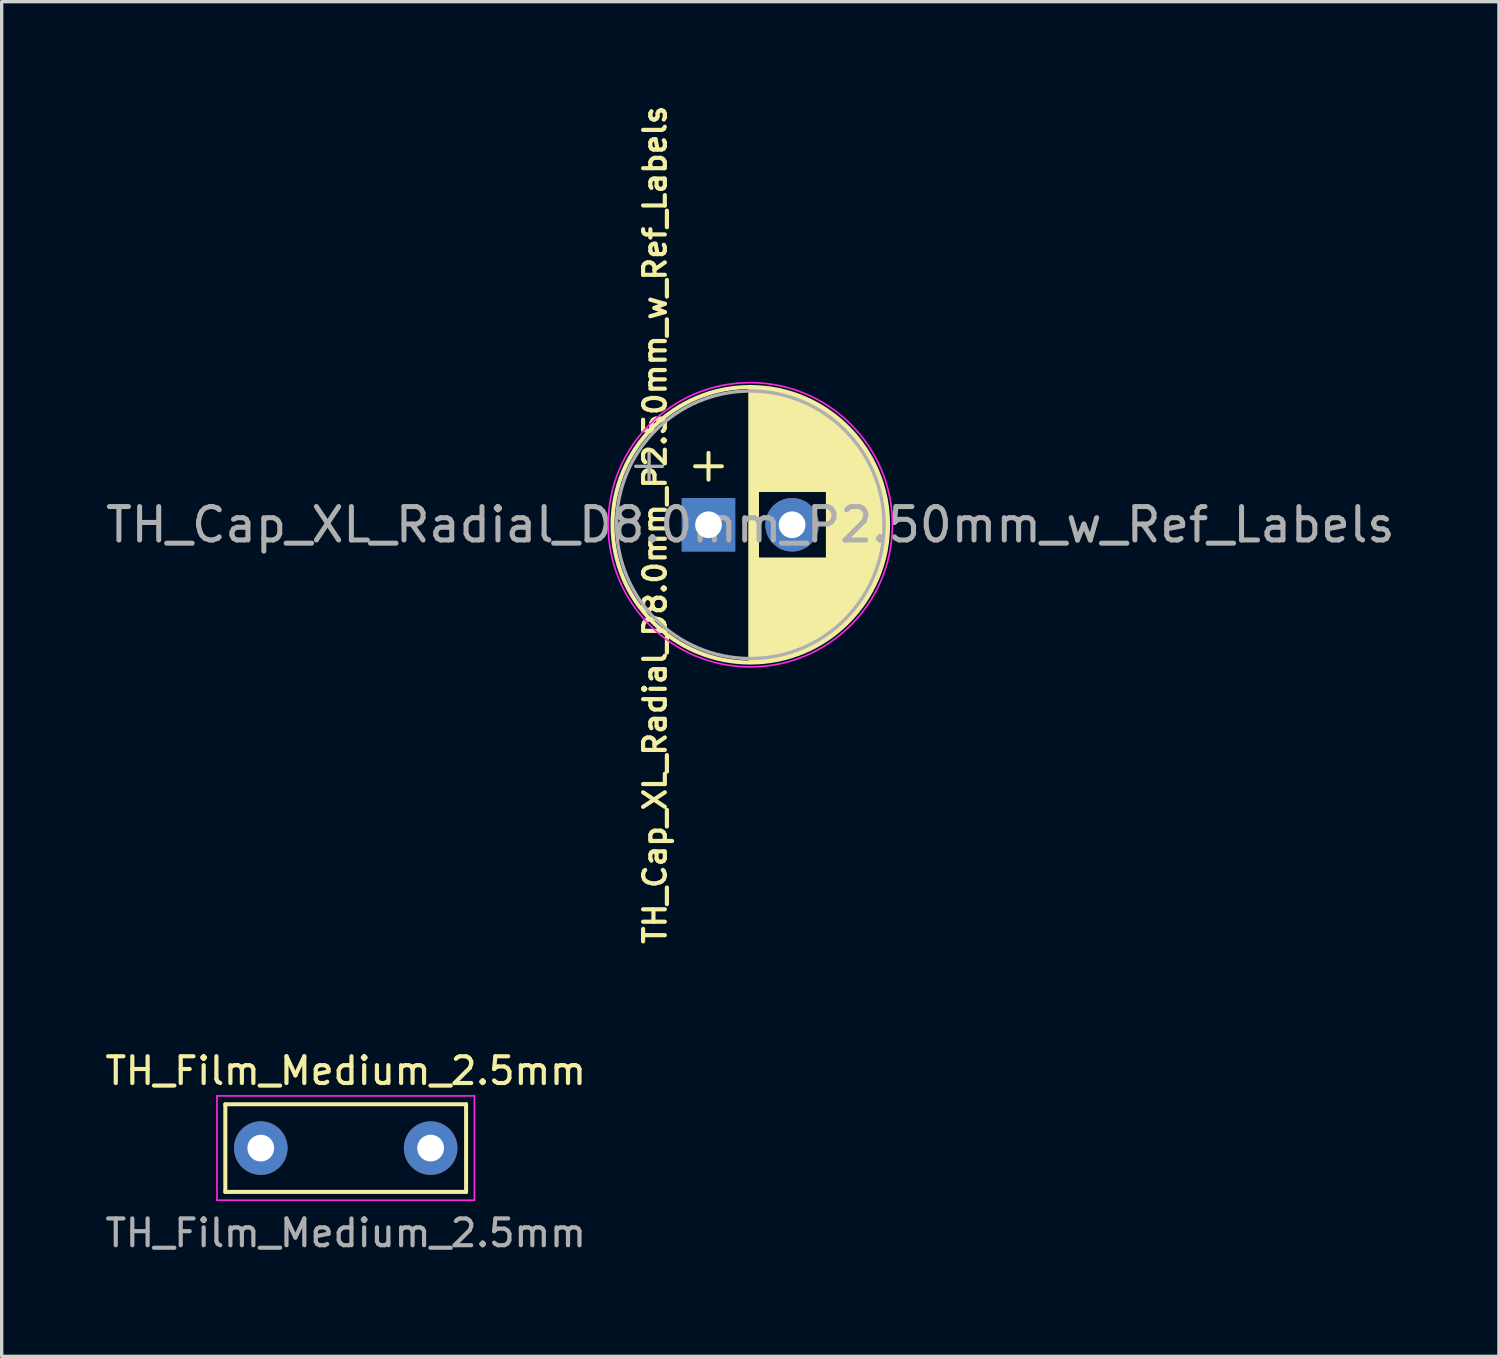
<source format=kicad_pcb>
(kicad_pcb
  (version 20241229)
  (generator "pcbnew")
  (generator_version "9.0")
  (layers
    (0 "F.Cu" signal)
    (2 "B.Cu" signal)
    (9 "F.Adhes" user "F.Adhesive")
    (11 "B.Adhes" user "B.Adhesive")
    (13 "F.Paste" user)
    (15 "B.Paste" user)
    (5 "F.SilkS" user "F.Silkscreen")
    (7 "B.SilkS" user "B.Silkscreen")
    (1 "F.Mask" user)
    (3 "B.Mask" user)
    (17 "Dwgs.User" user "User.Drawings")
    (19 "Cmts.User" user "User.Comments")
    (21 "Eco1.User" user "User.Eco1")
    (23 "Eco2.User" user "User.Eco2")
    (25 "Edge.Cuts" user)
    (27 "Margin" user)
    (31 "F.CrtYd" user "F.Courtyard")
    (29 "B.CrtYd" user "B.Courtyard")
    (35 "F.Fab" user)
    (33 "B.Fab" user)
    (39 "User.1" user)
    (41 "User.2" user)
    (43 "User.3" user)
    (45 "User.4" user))
  (footprint "TH_Cap_XL_Radial_D8.0mm_P2.50mm_w_Ref_Labels"
    (layer "F.Cu")
    (at 18.137 12.643)
    (property "Reference" "TH_Cap_XL_Radial_D8.0mm_P2.50mm_w_Ref_Labels" (at -1.6 0 90) (layer "F.SilkS") (effects (font (size 0.65 0.65) (thickness 0.125))))
    (attr through_hole)
    (fp_line (start -0.4 -1.75) (end 0.4 -1.75) (stroke (width 0.12) (type solid)) (layer "F.SilkS"))
    (fp_line (start 0 -2.15) (end 0 -1.35) (stroke (width 0.12) (type solid)) (layer "F.SilkS"))
    (fp_line (start 1.25 -4.08) (end 1.25 4.08) (stroke (width 0.12) (type solid)) (layer "F.SilkS"))
    (fp_line (start 1.29 -4.08) (end 1.29 4.08) (stroke (width 0.12) (type solid)) (layer "F.SilkS"))
    (fp_line (start 1.33 -4.08) (end 1.33 4.08) (stroke (width 0.12) (type solid)) (layer "F.SilkS"))
    (fp_line (start 1.37 -4.079) (end 1.37 4.079) (stroke (width 0.12) (type solid)) (layer "F.SilkS"))
    (fp_line (start 1.41 -4.077) (end 1.41 4.077) (stroke (width 0.12) (type solid)) (layer "F.SilkS"))
    (fp_line (start 1.45 -4.076) (end 1.45 4.076) (stroke (width 0.12) (type solid)) (layer "F.SilkS"))
    (fp_line (start 1.49 -4.074) (end 1.49 -1.04) (stroke (width 0.12) (type solid)) (layer "F.SilkS"))
    (fp_line (start 1.49 1.04) (end 1.49 4.074) (stroke (width 0.12) (type solid)) (layer "F.SilkS"))
    (fp_line (start 1.53 -4.071) (end 1.53 -1.04) (stroke (width 0.12) (type solid)) (layer "F.SilkS"))
    (fp_line (start 1.53 1.04) (end 1.53 4.071) (stroke (width 0.12) (type solid)) (layer "F.SilkS"))
    (fp_line (start 1.57 -4.068) (end 1.57 -1.04) (stroke (width 0.12) (type solid)) (layer "F.SilkS"))
    (fp_line (start 1.57 1.04) (end 1.57 4.068) (stroke (width 0.12) (type solid)) (layer "F.SilkS"))
    (fp_line (start 1.61 -4.065) (end 1.61 -1.04) (stroke (width 0.12) (type solid)) (layer "F.SilkS"))
    (fp_line (start 1.61 1.04) (end 1.61 4.065) (stroke (width 0.12) (type solid)) (layer "F.SilkS"))
    (fp_line (start 1.65 -4.061) (end 1.65 -1.04) (stroke (width 0.12) (type solid)) (layer "F.SilkS"))
    (fp_line (start 1.65 1.04) (end 1.65 4.061) (stroke (width 0.12) (type solid)) (layer "F.SilkS"))
    (fp_line (start 1.69 -4.057) (end 1.69 -1.04) (stroke (width 0.12) (type solid)) (layer "F.SilkS"))
    (fp_line (start 1.69 1.04) (end 1.69 4.057) (stroke (width 0.12) (type solid)) (layer "F.SilkS"))
    (fp_line (start 1.73 -4.052) (end 1.73 -1.04) (stroke (width 0.12) (type solid)) (layer "F.SilkS"))
    (fp_line (start 1.73 1.04) (end 1.73 4.052) (stroke (width 0.12) (type solid)) (layer "F.SilkS"))
    (fp_line (start 1.77 -4.048) (end 1.77 -1.04) (stroke (width 0.12) (type solid)) (layer "F.SilkS"))
    (fp_line (start 1.77 1.04) (end 1.77 4.048) (stroke (width 0.12) (type solid)) (layer "F.SilkS"))
    (fp_line (start 1.81 -4.042) (end 1.81 -1.04) (stroke (width 0.12) (type solid)) (layer "F.SilkS"))
    (fp_line (start 1.81 1.04) (end 1.81 4.042) (stroke (width 0.12) (type solid)) (layer "F.SilkS"))
    (fp_line (start 1.85 -4.037) (end 1.85 -1.04) (stroke (width 0.12) (type solid)) (layer "F.SilkS"))
    (fp_line (start 1.85 1.04) (end 1.85 4.037) (stroke (width 0.12) (type solid)) (layer "F.SilkS"))
    (fp_line (start 1.89 -4.03) (end 1.89 -1.04) (stroke (width 0.12) (type solid)) (layer "F.SilkS"))
    (fp_line (start 1.89 1.04) (end 1.89 4.03) (stroke (width 0.12) (type solid)) (layer "F.SilkS"))
    (fp_line (start 1.93 -4.024) (end 1.93 -1.04) (stroke (width 0.12) (type solid)) (layer "F.SilkS"))
    (fp_line (start 1.93 1.04) (end 1.93 4.024) (stroke (width 0.12) (type solid)) (layer "F.SilkS"))
    (fp_line (start 1.971 -4.017) (end 1.971 -1.04) (stroke (width 0.12) (type solid)) (layer "F.SilkS"))
    (fp_line (start 1.971 1.04) (end 1.971 4.017) (stroke (width 0.12) (type solid)) (layer "F.SilkS"))
    (fp_line (start 2.011 -4.01) (end 2.011 -1.04) (stroke (width 0.12) (type solid)) (layer "F.SilkS"))
    (fp_line (start 2.011 1.04) (end 2.011 4.01) (stroke (width 0.12) (type solid)) (layer "F.SilkS"))
    (fp_line (start 2.051 -4.002) (end 2.051 -1.04) (stroke (width 0.12) (type solid)) (layer "F.SilkS"))
    (fp_line (start 2.051 1.04) (end 2.051 4.002) (stroke (width 0.12) (type solid)) (layer "F.SilkS"))
    (fp_line (start 2.091 -3.994) (end 2.091 -1.04) (stroke (width 0.12) (type solid)) (layer "F.SilkS"))
    (fp_line (start 2.091 1.04) (end 2.091 3.994) (stroke (width 0.12) (type solid)) (layer "F.SilkS"))
    (fp_line (start 2.131 -3.985) (end 2.131 -1.04) (stroke (width 0.12) (type solid)) (layer "F.SilkS"))
    (fp_line (start 2.131 1.04) (end 2.131 3.985) (stroke (width 0.12) (type solid)) (layer "F.SilkS"))
    (fp_line (start 2.171 -3.976) (end 2.171 -1.04) (stroke (width 0.12) (type solid)) (layer "F.SilkS"))
    (fp_line (start 2.171 1.04) (end 2.171 3.976) (stroke (width 0.12) (type solid)) (layer "F.SilkS"))
    (fp_line (start 2.211 -3.967) (end 2.211 -1.04) (stroke (width 0.12) (type solid)) (layer "F.SilkS"))
    (fp_line (start 2.211 1.04) (end 2.211 3.967) (stroke (width 0.12) (type solid)) (layer "F.SilkS"))
    (fp_line (start 2.251 -3.957) (end 2.251 -1.04) (stroke (width 0.12) (type solid)) (layer "F.SilkS"))
    (fp_line (start 2.251 1.04) (end 2.251 3.957) (stroke (width 0.12) (type solid)) (layer "F.SilkS"))
    (fp_line (start 2.291 -3.947) (end 2.291 -1.04) (stroke (width 0.12) (type solid)) (layer "F.SilkS"))
    (fp_line (start 2.291 1.04) (end 2.291 3.947) (stroke (width 0.12) (type solid)) (layer "F.SilkS"))
    (fp_line (start 2.331 -3.936) (end 2.331 -1.04) (stroke (width 0.12) (type solid)) (layer "F.SilkS"))
    (fp_line (start 2.331 1.04) (end 2.331 3.936) (stroke (width 0.12) (type solid)) (layer "F.SilkS"))
    (fp_line (start 2.371 -3.925) (end 2.371 -1.04) (stroke (width 0.12) (type solid)) (layer "F.SilkS"))
    (fp_line (start 2.371 1.04) (end 2.371 3.925) (stroke (width 0.12) (type solid)) (layer "F.SilkS"))
    (fp_line (start 2.411 -3.914) (end 2.411 -1.04) (stroke (width 0.12) (type solid)) (layer "F.SilkS"))
    (fp_line (start 2.411 1.04) (end 2.411 3.914) (stroke (width 0.12) (type solid)) (layer "F.SilkS"))
    (fp_line (start 2.451 -3.902) (end 2.451 -1.04) (stroke (width 0.12) (type solid)) (layer "F.SilkS"))
    (fp_line (start 2.451 1.04) (end 2.451 3.902) (stroke (width 0.12) (type solid)) (layer "F.SilkS"))
    (fp_line (start 2.491 -3.889) (end 2.491 -1.04) (stroke (width 0.12) (type solid)) (layer "F.SilkS"))
    (fp_line (start 2.491 1.04) (end 2.491 3.889) (stroke (width 0.12) (type solid)) (layer "F.SilkS"))
    (fp_line (start 2.531 -3.877) (end 2.531 -1.04) (stroke (width 0.12) (type solid)) (layer "F.SilkS"))
    (fp_line (start 2.531 1.04) (end 2.531 3.877) (stroke (width 0.12) (type solid)) (layer "F.SilkS"))
    (fp_line (start 2.571 -3.863) (end 2.571 -1.04) (stroke (width 0.12) (type solid)) (layer "F.SilkS"))
    (fp_line (start 2.571 1.04) (end 2.571 3.863) (stroke (width 0.12) (type solid)) (layer "F.SilkS"))
    (fp_line (start 2.611 -3.85) (end 2.611 -1.04) (stroke (width 0.12) (type solid)) (layer "F.SilkS"))
    (fp_line (start 2.611 1.04) (end 2.611 3.85) (stroke (width 0.12) (type solid)) (layer "F.SilkS"))
    (fp_line (start 2.651 -3.835) (end 2.651 -1.04) (stroke (width 0.12) (type solid)) (layer "F.SilkS"))
    (fp_line (start 2.651 1.04) (end 2.651 3.835) (stroke (width 0.12) (type solid)) (layer "F.SilkS"))
    (fp_line (start 2.691 -3.821) (end 2.691 -1.04) (stroke (width 0.12) (type solid)) (layer "F.SilkS"))
    (fp_line (start 2.691 1.04) (end 2.691 3.821) (stroke (width 0.12) (type solid)) (layer "F.SilkS"))
    (fp_line (start 2.731 -3.805) (end 2.731 -1.04) (stroke (width 0.12) (type solid)) (layer "F.SilkS"))
    (fp_line (start 2.731 1.04) (end 2.731 3.805) (stroke (width 0.12) (type solid)) (layer "F.SilkS"))
    (fp_line (start 2.771 -3.79) (end 2.771 -1.04) (stroke (width 0.12) (type solid)) (layer "F.SilkS"))
    (fp_line (start 2.771 1.04) (end 2.771 3.79) (stroke (width 0.12) (type solid)) (layer "F.SilkS"))
    (fp_line (start 2.811 -3.774) (end 2.811 -1.04) (stroke (width 0.12) (type solid)) (layer "F.SilkS"))
    (fp_line (start 2.811 1.04) (end 2.811 3.774) (stroke (width 0.12) (type solid)) (layer "F.SilkS"))
    (fp_line (start 2.851 -3.757) (end 2.851 -1.04) (stroke (width 0.12) (type solid)) (layer "F.SilkS"))
    (fp_line (start 2.851 1.04) (end 2.851 3.757) (stroke (width 0.12) (type solid)) (layer "F.SilkS"))
    (fp_line (start 2.891 -3.74) (end 2.891 -1.04) (stroke (width 0.12) (type solid)) (layer "F.SilkS"))
    (fp_line (start 2.891 1.04) (end 2.891 3.74) (stroke (width 0.12) (type solid)) (layer "F.SilkS"))
    (fp_line (start 2.931 -3.722) (end 2.931 -1.04) (stroke (width 0.12) (type solid)) (layer "F.SilkS"))
    (fp_line (start 2.931 1.04) (end 2.931 3.722) (stroke (width 0.12) (type solid)) (layer "F.SilkS"))
    (fp_line (start 2.971 -3.704) (end 2.971 -1.04) (stroke (width 0.12) (type solid)) (layer "F.SilkS"))
    (fp_line (start 2.971 1.04) (end 2.971 3.704) (stroke (width 0.12) (type solid)) (layer "F.SilkS"))
    (fp_line (start 3.011 -3.686) (end 3.011 -1.04) (stroke (width 0.12) (type solid)) (layer "F.SilkS"))
    (fp_line (start 3.011 1.04) (end 3.011 3.686) (stroke (width 0.12) (type solid)) (layer "F.SilkS"))
    (fp_line (start 3.051 -3.666) (end 3.051 -1.04) (stroke (width 0.12) (type solid)) (layer "F.SilkS"))
    (fp_line (start 3.051 1.04) (end 3.051 3.666) (stroke (width 0.12) (type solid)) (layer "F.SilkS"))
    (fp_line (start 3.091 -3.647) (end 3.091 -1.04) (stroke (width 0.12) (type solid)) (layer "F.SilkS"))
    (fp_line (start 3.091 1.04) (end 3.091 3.647) (stroke (width 0.12) (type solid)) (layer "F.SilkS"))
    (fp_line (start 3.131 -3.627) (end 3.131 -1.04) (stroke (width 0.12) (type solid)) (layer "F.SilkS"))
    (fp_line (start 3.131 1.04) (end 3.131 3.627) (stroke (width 0.12) (type solid)) (layer "F.SilkS"))
    (fp_line (start 3.171 -3.606) (end 3.171 -1.04) (stroke (width 0.12) (type solid)) (layer "F.SilkS"))
    (fp_line (start 3.171 1.04) (end 3.171 3.606) (stroke (width 0.12) (type solid)) (layer "F.SilkS"))
    (fp_line (start 3.211 -3.584) (end 3.211 -1.04) (stroke (width 0.12) (type solid)) (layer "F.SilkS"))
    (fp_line (start 3.211 1.04) (end 3.211 3.584) (stroke (width 0.12) (type solid)) (layer "F.SilkS"))
    (fp_line (start 3.251 -3.562) (end 3.251 -1.04) (stroke (width 0.12) (type solid)) (layer "F.SilkS"))
    (fp_line (start 3.251 1.04) (end 3.251 3.562) (stroke (width 0.12) (type solid)) (layer "F.SilkS"))
    (fp_line (start 3.291 -3.54) (end 3.291 -1.04) (stroke (width 0.12) (type solid)) (layer "F.SilkS"))
    (fp_line (start 3.291 1.04) (end 3.291 3.54) (stroke (width 0.12) (type solid)) (layer "F.SilkS"))
    (fp_line (start 3.331 -3.517) (end 3.331 -1.04) (stroke (width 0.12) (type solid)) (layer "F.SilkS"))
    (fp_line (start 3.331 1.04) (end 3.331 3.517) (stroke (width 0.12) (type solid)) (layer "F.SilkS"))
    (fp_line (start 3.371 -3.493) (end 3.371 -1.04) (stroke (width 0.12) (type solid)) (layer "F.SilkS"))
    (fp_line (start 3.371 1.04) (end 3.371 3.493) (stroke (width 0.12) (type solid)) (layer "F.SilkS"))
    (fp_line (start 3.411 -3.469) (end 3.411 -1.04) (stroke (width 0.12) (type solid)) (layer "F.SilkS"))
    (fp_line (start 3.411 1.04) (end 3.411 3.469) (stroke (width 0.12) (type solid)) (layer "F.SilkS"))
    (fp_line (start 3.451 -3.444) (end 3.451 -1.04) (stroke (width 0.12) (type solid)) (layer "F.SilkS"))
    (fp_line (start 3.451 1.04) (end 3.451 3.444) (stroke (width 0.12) (type solid)) (layer "F.SilkS"))
    (fp_line (start 3.491 -3.418) (end 3.491 -1.04) (stroke (width 0.12) (type solid)) (layer "F.SilkS"))
    (fp_line (start 3.491 1.04) (end 3.491 3.418) (stroke (width 0.12) (type solid)) (layer "F.SilkS"))
    (fp_line (start 3.531 -3.392) (end 3.531 -1.04) (stroke (width 0.12) (type solid)) (layer "F.SilkS"))
    (fp_line (start 3.531 1.04) (end 3.531 3.392) (stroke (width 0.12) (type solid)) (layer "F.SilkS"))
    (fp_line (start 3.571 -3.365) (end 3.571 3.365) (stroke (width 0.12) (type solid)) (layer "F.SilkS"))
    (fp_line (start 3.611 -3.338) (end 3.611 3.338) (stroke (width 0.12) (type solid)) (layer "F.SilkS"))
    (fp_line (start 3.651 -3.309) (end 3.651 3.309) (stroke (width 0.12) (type solid)) (layer "F.SilkS"))
    (fp_line (start 3.691 -3.28) (end 3.691 3.28) (stroke (width 0.12) (type solid)) (layer "F.SilkS"))
    (fp_line (start 3.731 -3.25) (end 3.731 3.25) (stroke (width 0.12) (type solid)) (layer "F.SilkS"))
    (fp_line (start 3.771 -3.22) (end 3.771 3.22) (stroke (width 0.12) (type solid)) (layer "F.SilkS"))
    (fp_line (start 3.811 -3.189) (end 3.811 3.189) (stroke (width 0.12) (type solid)) (layer "F.SilkS"))
    (fp_line (start 3.851 -3.156) (end 3.851 3.156) (stroke (width 0.12) (type solid)) (layer "F.SilkS"))
    (fp_line (start 3.891 -3.124) (end 3.891 3.124) (stroke (width 0.12) (type solid)) (layer "F.SilkS"))
    (fp_line (start 3.931 -3.09) (end 3.931 3.09) (stroke (width 0.12) (type solid)) (layer "F.SilkS"))
    (fp_line (start 3.971 -3.055) (end 3.971 3.055) (stroke (width 0.12) (type solid)) (layer "F.SilkS"))
    (fp_line (start 4.011 -3.019) (end 4.011 3.019) (stroke (width 0.12) (type solid)) (layer "F.SilkS"))
    (fp_line (start 4.051 -2.983) (end 4.051 2.983) (stroke (width 0.12) (type solid)) (layer "F.SilkS"))
    (fp_line (start 4.091 -2.945) (end 4.091 2.945) (stroke (width 0.12) (type solid)) (layer "F.SilkS"))
    (fp_line (start 4.131 -2.907) (end 4.131 2.907) (stroke (width 0.12) (type solid)) (layer "F.SilkS"))
    (fp_line (start 4.171 -2.867) (end 4.171 2.867) (stroke (width 0.12) (type solid)) (layer "F.SilkS"))
    (fp_line (start 4.211 -2.826) (end 4.211 2.826) (stroke (width 0.12) (type solid)) (layer "F.SilkS"))
    (fp_line (start 4.251 -2.784) (end 4.251 2.784) (stroke (width 0.12) (type solid)) (layer "F.SilkS"))
    (fp_line (start 4.291 -2.741) (end 4.291 2.741) (stroke (width 0.12) (type solid)) (layer "F.SilkS"))
    (fp_line (start 4.331 -2.697) (end 4.331 2.697) (stroke (width 0.12) (type solid)) (layer "F.SilkS"))
    (fp_line (start 4.371 -2.651) (end 4.371 2.651) (stroke (width 0.12) (type solid)) (layer "F.SilkS"))
    (fp_line (start 4.411 -2.604) (end 4.411 2.604) (stroke (width 0.12) (type solid)) (layer "F.SilkS"))
    (fp_line (start 4.451 -2.556) (end 4.451 2.556) (stroke (width 0.12) (type solid)) (layer "F.SilkS"))
    (fp_line (start 4.491 -2.505) (end 4.491 2.505) (stroke (width 0.12) (type solid)) (layer "F.SilkS"))
    (fp_line (start 4.531 -2.454) (end 4.531 2.454) (stroke (width 0.12) (type solid)) (layer "F.SilkS"))
    (fp_line (start 4.571 -2.4) (end 4.571 2.4) (stroke (width 0.12) (type solid)) (layer "F.SilkS"))
    (fp_line (start 4.611 -2.345) (end 4.611 2.345) (stroke (width 0.12) (type solid)) (layer "F.SilkS"))
    (fp_line (start 4.651 -2.287) (end 4.651 2.287) (stroke (width 0.12) (type solid)) (layer "F.SilkS"))
    (fp_line (start 4.691 -2.228) (end 4.691 2.228) (stroke (width 0.12) (type solid)) (layer "F.SilkS"))
    (fp_line (start 4.731 -2.166) (end 4.731 2.166) (stroke (width 0.12) (type solid)) (layer "F.SilkS"))
    (fp_line (start 4.771 -2.102) (end 4.771 2.102) (stroke (width 0.12) (type solid)) (layer "F.SilkS"))
    (fp_line (start 4.811 -2.034) (end 4.811 2.034) (stroke (width 0.12) (type solid)) (layer "F.SilkS"))
    (fp_line (start 4.851 -1.964) (end 4.851 1.964) (stroke (width 0.12) (type solid)) (layer "F.SilkS"))
    (fp_line (start 4.891 -1.89) (end 4.891 1.89) (stroke (width 0.12) (type solid)) (layer "F.SilkS"))
    (fp_line (start 4.931 -1.813) (end 4.931 1.813) (stroke (width 0.12) (type solid)) (layer "F.SilkS"))
    (fp_line (start 4.971 -1.731) (end 4.971 1.731) (stroke (width 0.12) (type solid)) (layer "F.SilkS"))
    (fp_line (start 5.011 -1.645) (end 5.011 1.645) (stroke (width 0.12) (type solid)) (layer "F.SilkS"))
    (fp_line (start 5.051 -1.552) (end 5.051 1.552) (stroke (width 0.12) (type solid)) (layer "F.SilkS"))
    (fp_line (start 5.091 -1.453) (end 5.091 1.453) (stroke (width 0.12) (type solid)) (layer "F.SilkS"))
    (fp_line (start 5.131 -1.346) (end 5.131 1.346) (stroke (width 0.12) (type solid)) (layer "F.SilkS"))
    (fp_line (start 5.171 -1.229) (end 5.171 1.229) (stroke (width 0.12) (type solid)) (layer "F.SilkS"))
    (fp_line (start 5.211 -1.098) (end 5.211 1.098) (stroke (width 0.12) (type solid)) (layer "F.SilkS"))
    (fp_line (start 5.251 -0.948) (end 5.251 0.948) (stroke (width 0.12) (type solid)) (layer "F.SilkS"))
    (fp_line (start 5.291 -0.768) (end 5.291 0.768) (stroke (width 0.12) (type solid)) (layer "F.SilkS"))
    (fp_line (start 5.331 -0.533) (end 5.331 0.533) (stroke (width 0.12) (type solid)) (layer "F.SilkS"))
    (fp_circle (center 1.25 0) (end 5.37 0) (stroke (width 0.12) (type solid)) (fill no) (layer "F.SilkS"))
    (fp_circle (center 1.25 0) (end 5.5 0) (stroke (width 0.05) (type solid)) (fill no) (layer "F.CrtYd"))
    (fp_line (start -2.177 -1.748) (end -1.377 -1.748) (stroke (width 0.1) (type solid)) (layer "F.Fab"))
    (fp_line (start -1.777 -2.147) (end -1.777 -1.347) (stroke (width 0.1) (type solid)) (layer "F.Fab"))
    (fp_circle (center 1.25 0) (end 5.25 0) (stroke (width 0.1) (type solid)) (fill no) (layer "F.Fab"))
    (fp_text user "${REFERENCE}" (at 1.25 0 0) (layer "F.Fab") (effects (font (size 1 1) (thickness 0.15))))
    (pad "1" thru_hole rect (at 0 0) (size 1.6 1.6) (drill 0.8) (layers "*.Cu" "*.Mask"))
    (pad "2" thru_hole circle (at 2.5 0) (size 1.6 1.6) (drill 0.8) (layers "*.Cu" "*.Mask")))
  (footprint "TH_Film_Medium_2.5mm"
    (layer "F.Cu")
    (at 7.288 31.283)
    (property "Reference" "TH_Film_Medium_2.5mm" (at 0 -2.31 0) (layer "F.SilkS") (effects (font (size 0.8 0.8) (thickness 0.125))))
    (attr through_hole)
    (fp_line (start -3.6 -1.31) (end -3.6 1.31) (stroke (width 0.12) (type solid)) (layer "F.SilkS"))
    (fp_line (start -3.6 -1.31) (end 3.6 -1.31) (stroke (width 0.12) (type solid)) (layer "F.SilkS"))
    (fp_line (start -3.6 1.31) (end 3.6 1.31) (stroke (width 0.12) (type solid)) (layer "F.SilkS"))
    (fp_line (start -3.59 0) (end -3.6 0) (stroke (width 0.05) (type solid)) (layer "F.SilkS"))
    (fp_line (start 3.6 -1.31) (end 3.6 1.31) (stroke (width 0.12) (type solid)) (layer "F.SilkS"))
    (fp_line (start -3.85 -1.56) (end -3.85 1.56) (stroke (width 0.05) (type solid)) (layer "F.CrtYd"))
    (fp_line (start -3.85 1.56) (end 3.85 1.56) (stroke (width 0.05) (type solid)) (layer "F.CrtYd"))
    (fp_line (start 3.85 -1.56) (end -3.85 -1.56) (stroke (width 0.05) (type solid)) (layer "F.CrtYd"))
    (fp_line (start 3.85 1.56) (end 3.85 -1.56) (stroke (width 0.05) (type solid)) (layer "F.CrtYd"))
    (fp_text user "${REFERENCE}" (at 0 2.54 0) (layer "F.Fab") (effects (font (size 0.8 0.8) (thickness 0.125))))
    (pad "1" thru_hole circle (at -2.54 0) (size 1.6 1.6) (drill 0.8) (layers "*.Cu" "*.Mask"))
    (pad "2" thru_hole circle (at 2.54 0) (size 1.6 1.6) (drill 0.8) (layers "*.Cu" "*.Mask")))
  (gr_rect
    (start -3 -3)
    (end 41.774 37.51)
    (stroke (width 0.1) (type default))
    (fill no)
    (layer "Edge.Cuts")))
</source>
